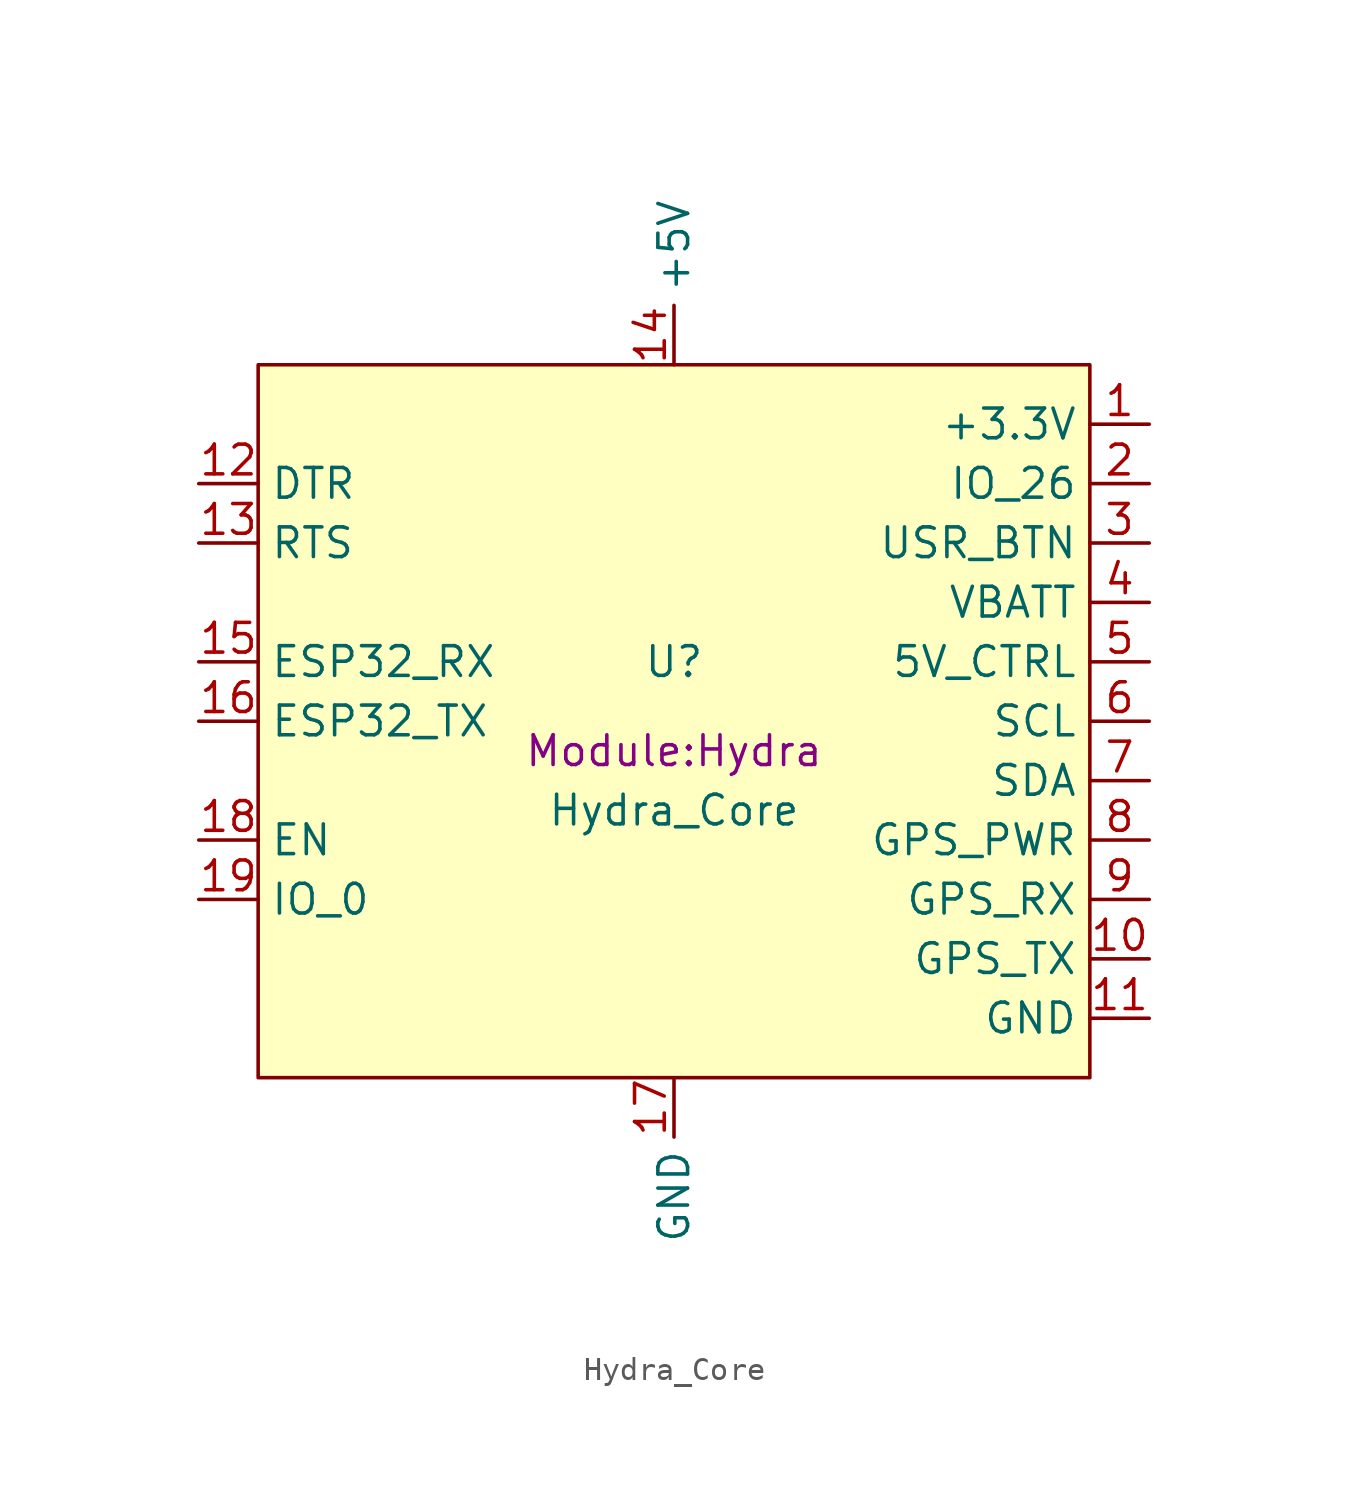
<source format=kicad_sym>
(kicad_symbol_lib
  (version 20211014)
  (generator kicad_symbol_editor)
  (symbol "Hydra_Core"
    (property "Reference" "U"
      (at 0 3.81 0)
      (effects (font (size 1.27 1.27))))
    (property "Value" "Hydra_Core"
      (at 0 -2.54 0)
      (effects (font (size 1.27 1.27))))
    (property "Footprint" "Module:Hydra"
      (at 0 0 0)
      (effects (font (size 1.27 1.27))))
    (symbol "Hydra_Core_0_1"
      (rectangle (start -17.78 16.51) (end 17.78 -13.97) (stroke (width 0) (type default) (color 0 0 0 0)) (fill (type background))))
    (symbol "Hydra_Core_1_1"
      (pin power_out line (at 20.32 13.97 180) (length 2.54) (name "+3.3V" (effects (font (size 1.27 1.27)))) (number "1" (effects (font (size 1.27 1.27)))))
      (pin bidirectional line (at 20.32 -8.89 180) (length 2.54) (name "GPS_TX" (effects (font (size 1.27 1.27)))) (number "10" (effects (font (size 1.27 1.27)))))
      (pin power_out line (at 20.32 -11.43 180) (length 2.54) (name "GND" (effects (font (size 1.27 1.27)))) (number "11" (effects (font (size 1.27 1.27)))))
      (pin bidirectional line (at -20.32 11.43 0) (length 2.54) (name "DTR" (effects (font (size 1.27 1.27)))) (number "12" (effects (font (size 1.27 1.27)))))
      (pin bidirectional line (at -20.32 8.89 0) (length 2.54) (name "RTS" (effects (font (size 1.27 1.27)))) (number "13" (effects (font (size 1.27 1.27)))))
      (pin power_in line (at 0 16.51 90) (length 2.54) (name "+5V" (effects (font (size 1.27 1.27)))) (number "14" (effects (font (size 1.27 1.27)))))
      (pin bidirectional line (at -20.32 3.81 0) (length 2.54) (name "ESP32_RX" (effects (font (size 1.27 1.27)))) (number "15" (effects (font (size 1.27 1.27)))))
      (pin bidirectional line (at -20.32 1.27 0) (length 2.54) (name "ESP32_TX" (effects (font (size 1.27 1.27)))) (number "16" (effects (font (size 1.27 1.27)))))
      (pin power_in line (at 0 -13.97 270) (length 2.54) (name "GND" (effects (font (size 1.27 1.27)))) (number "17" (effects (font (size 1.27 1.27)))))
      (pin bidirectional line (at -20.32 -3.81 0) (length 2.54) (name "EN" (effects (font (size 1.27 1.27)))) (number "18" (effects (font (size 1.27 1.27)))))
      (pin bidirectional line (at -20.32 -6.35 0) (length 2.54) (name "IO_0" (effects (font (size 1.27 1.27)))) (number "19" (effects (font (size 1.27 1.27)))))
      (pin bidirectional line (at 20.32 11.43 180) (length 2.54) (name "IO_26" (effects (font (size 1.27 1.27)))) (number "2" (effects (font (size 1.27 1.27)))))
      (pin bidirectional line (at 20.32 8.89 180) (length 2.54) (name "USR_BTN" (effects (font (size 1.27 1.27)))) (number "3" (effects (font (size 1.27 1.27)))))
      (pin input line (at 20.32 6.35 180) (length 2.54) (name "VBATT" (effects (font (size 1.27 1.27)))) (number "4" (effects (font (size 1.27 1.27)))))
      (pin power_out line (at 20.32 3.81 180) (length 2.54) (name "5V_CTRL" (effects (font (size 1.27 1.27)))) (number "5" (effects (font (size 1.27 1.27)))))
      (pin bidirectional line (at 20.32 1.27 180) (length 2.54) (name "SCL" (effects (font (size 1.27 1.27)))) (number "6" (effects (font (size 1.27 1.27)))))
      (pin bidirectional line (at 20.32 -1.27 180) (length 2.54) (name "SDA" (effects (font (size 1.27 1.27)))) (number "7" (effects (font (size 1.27 1.27)))))
      (pin power_out line (at 20.32 -3.81 180) (length 2.54) (name "GPS_PWR" (effects (font (size 1.27 1.27)))) (number "8" (effects (font (size 1.27 1.27)))))
      (pin bidirectional line (at 20.32 -6.35 180) (length 2.54) (name "GPS_RX" (effects (font (size 1.27 1.27)))) (number "9" (effects (font (size 1.27 1.27))))))))
</source>
